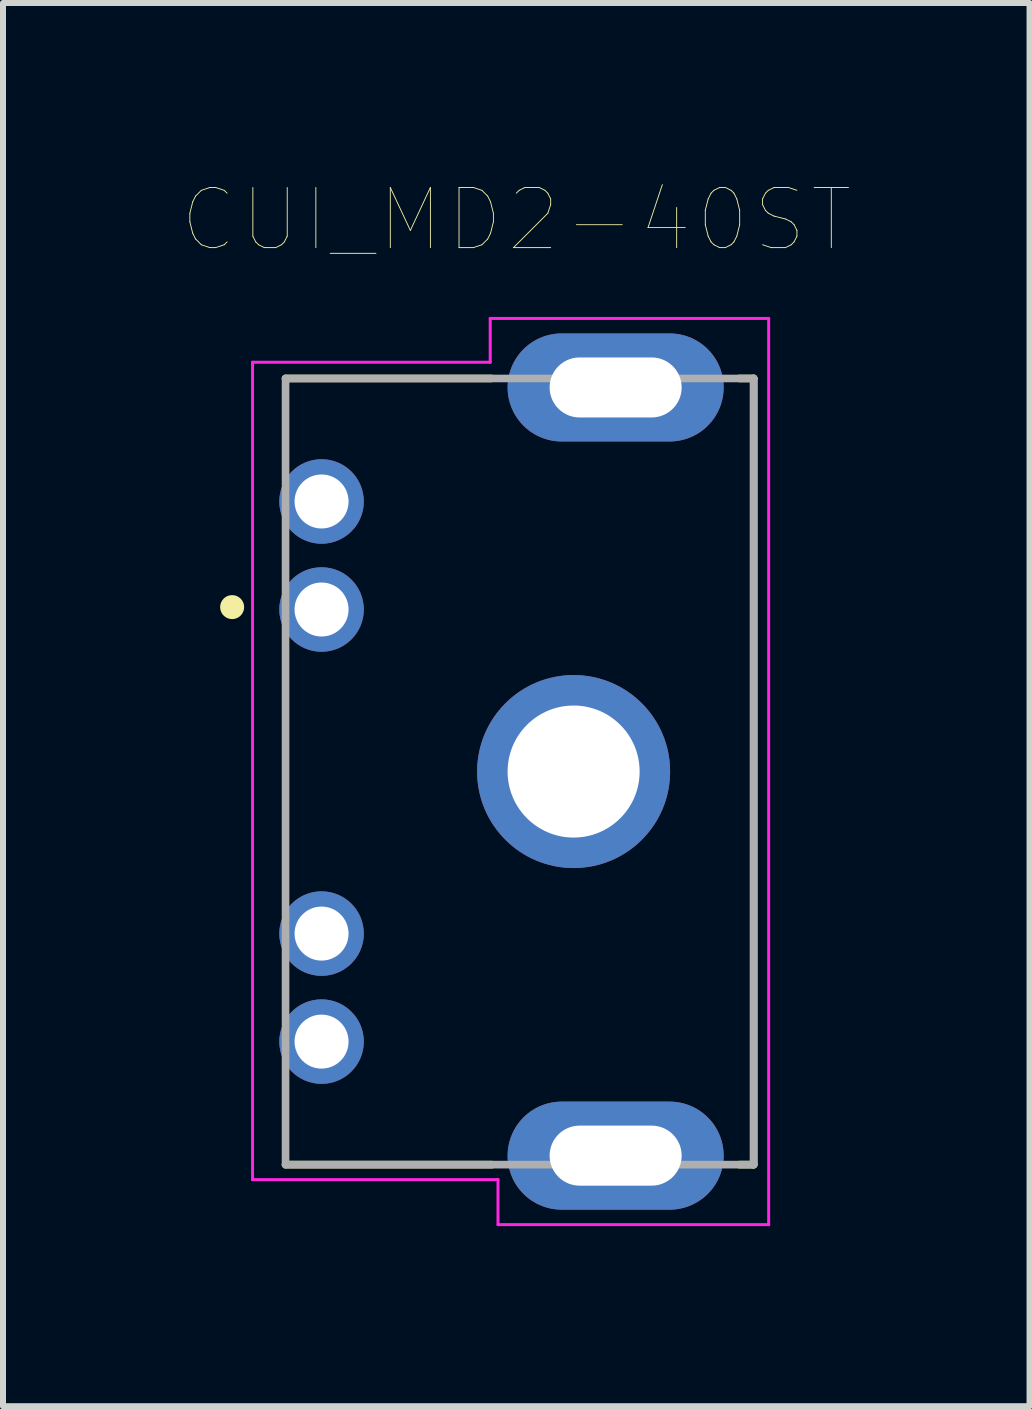
<source format=kicad_pcb>
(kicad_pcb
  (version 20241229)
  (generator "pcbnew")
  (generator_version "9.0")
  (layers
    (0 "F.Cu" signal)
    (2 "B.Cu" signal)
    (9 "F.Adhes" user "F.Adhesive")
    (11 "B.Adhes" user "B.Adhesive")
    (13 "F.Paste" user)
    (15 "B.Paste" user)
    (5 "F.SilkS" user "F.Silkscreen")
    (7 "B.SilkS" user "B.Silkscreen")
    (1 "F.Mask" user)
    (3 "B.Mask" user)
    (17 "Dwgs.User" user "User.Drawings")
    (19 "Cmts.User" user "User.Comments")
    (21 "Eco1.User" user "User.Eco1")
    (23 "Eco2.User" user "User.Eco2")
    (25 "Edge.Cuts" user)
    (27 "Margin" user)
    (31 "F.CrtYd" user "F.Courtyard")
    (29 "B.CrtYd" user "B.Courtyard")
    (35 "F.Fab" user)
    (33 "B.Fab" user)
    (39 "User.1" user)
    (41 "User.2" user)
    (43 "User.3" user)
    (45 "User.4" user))
  (footprint "CUI_MD2-40ST"
    (layer "F.Cu")
    (at 5.608 9.806)
    (property "Reference" "CUI_MD2-40ST" (at -0.055 -9.193 0) (layer "F.SilkS") (effects (font (size 1.002 1.002) (thickness 0.015))))
    (attr through_hole)
    (fp_line (start -3.9 -6.55) (end -0.47 -6.55) (stroke (width 0.127) (type solid)) (layer "F.SilkS"))
    (fp_line (start -3.9 6.55) (end -0.46 6.55) (stroke (width 0.127) (type solid)) (layer "F.SilkS"))
    (fp_line (start 3.9 -6.55) (end 3.66 -6.55) (stroke (width 0.127) (type solid)) (layer "F.SilkS"))
    (fp_line (start 3.9 -6.55) (end 3.9 6.55) (stroke (width 0.127) (type solid)) (layer "F.SilkS"))
    (fp_line (start 3.9 6.55) (end 3.66 6.55) (stroke (width 0.127) (type solid)) (layer "F.SilkS"))
    (fp_circle (center -4.79 -2.74) (end -4.59 -2.74) (stroke (width 0) (type solid)) (fill yes) (layer "F.SilkS"))
    (fp_line (start -4.45 -6.82) (end -0.49 -6.82) (stroke (width 0.05) (type solid)) (layer "F.CrtYd"))
    (fp_line (start -4.45 6.8) (end -4.45 -6.82) (stroke (width 0.05) (type solid)) (layer "F.CrtYd"))
    (fp_line (start -0.49 -7.55) (end 4.15 -7.55) (stroke (width 0.05) (type solid)) (layer "F.CrtYd"))
    (fp_line (start -0.49 -6.82) (end -0.49 -7.55) (stroke (width 0.05) (type solid)) (layer "F.CrtYd"))
    (fp_line (start -0.36 6.8) (end -4.45 6.8) (stroke (width 0.05) (type solid)) (layer "F.CrtYd"))
    (fp_line (start -0.36 7.55) (end -0.36 6.8) (stroke (width 0.05) (type solid)) (layer "F.CrtYd"))
    (fp_line (start 4.15 -7.55) (end 4.15 7.55) (stroke (width 0.05) (type solid)) (layer "F.CrtYd"))
    (fp_line (start 4.15 7.55) (end -0.36 7.55) (stroke (width 0.05) (type solid)) (layer "F.CrtYd"))
    (fp_line (start -3.9 -6.55) (end 3.9 -6.55) (stroke (width 0.127) (type solid)) (layer "F.Fab"))
    (fp_line (start -3.9 6.55) (end -3.9 -6.55) (stroke (width 0.127) (type solid)) (layer "F.Fab"))
    (fp_line (start 3.9 -6.55) (end 3.9 6.55) (stroke (width 0.127) (type solid)) (layer "F.Fab"))
    (fp_line (start 3.9 6.55) (end -3.9 6.55) (stroke (width 0.127) (type solid)) (layer "F.Fab"))
    (pad "1" thru_hole circle (at -3.3 -2.7) (size 1.408 1.408) (drill 0.9) (layers "*.Cu" "*.Mask"))
    (pad "2" thru_hole circle (at -3.3 2.7) (size 1.408 1.408) (drill 0.9) (layers "*.Cu" "*.Mask"))
    (pad "3" thru_hole circle (at -3.3 -4.5) (size 1.408 1.408) (drill 0.9) (layers "*.Cu" "*.Mask"))
    (pad "4" thru_hole circle (at -3.3 4.5) (size 1.408 1.408) (drill 0.9) (layers "*.Cu" "*.Mask"))
    (pad "S1" thru_hole circle (at 0.9 0) (size 3.216 3.216) (drill 2.2) (layers "*.Cu" "*.Mask"))
    (pad "S2" thru_hole oval (at 1.6 -6.4) (size 3.6 1.8) (drill oval 2.2 1) (layers "*.Cu" "*.Mask"))
    (pad "S3" thru_hole oval (at 1.6 6.4) (size 3.6 1.8) (drill oval 2.2 1) (layers "*.Cu" "*.Mask")))
  (gr_rect
    (start -3 -3)
    (end 14.105 20.381)
    (stroke (width 0.1) (type default))
    (fill no)
    (layer "Edge.Cuts")))
</source>
